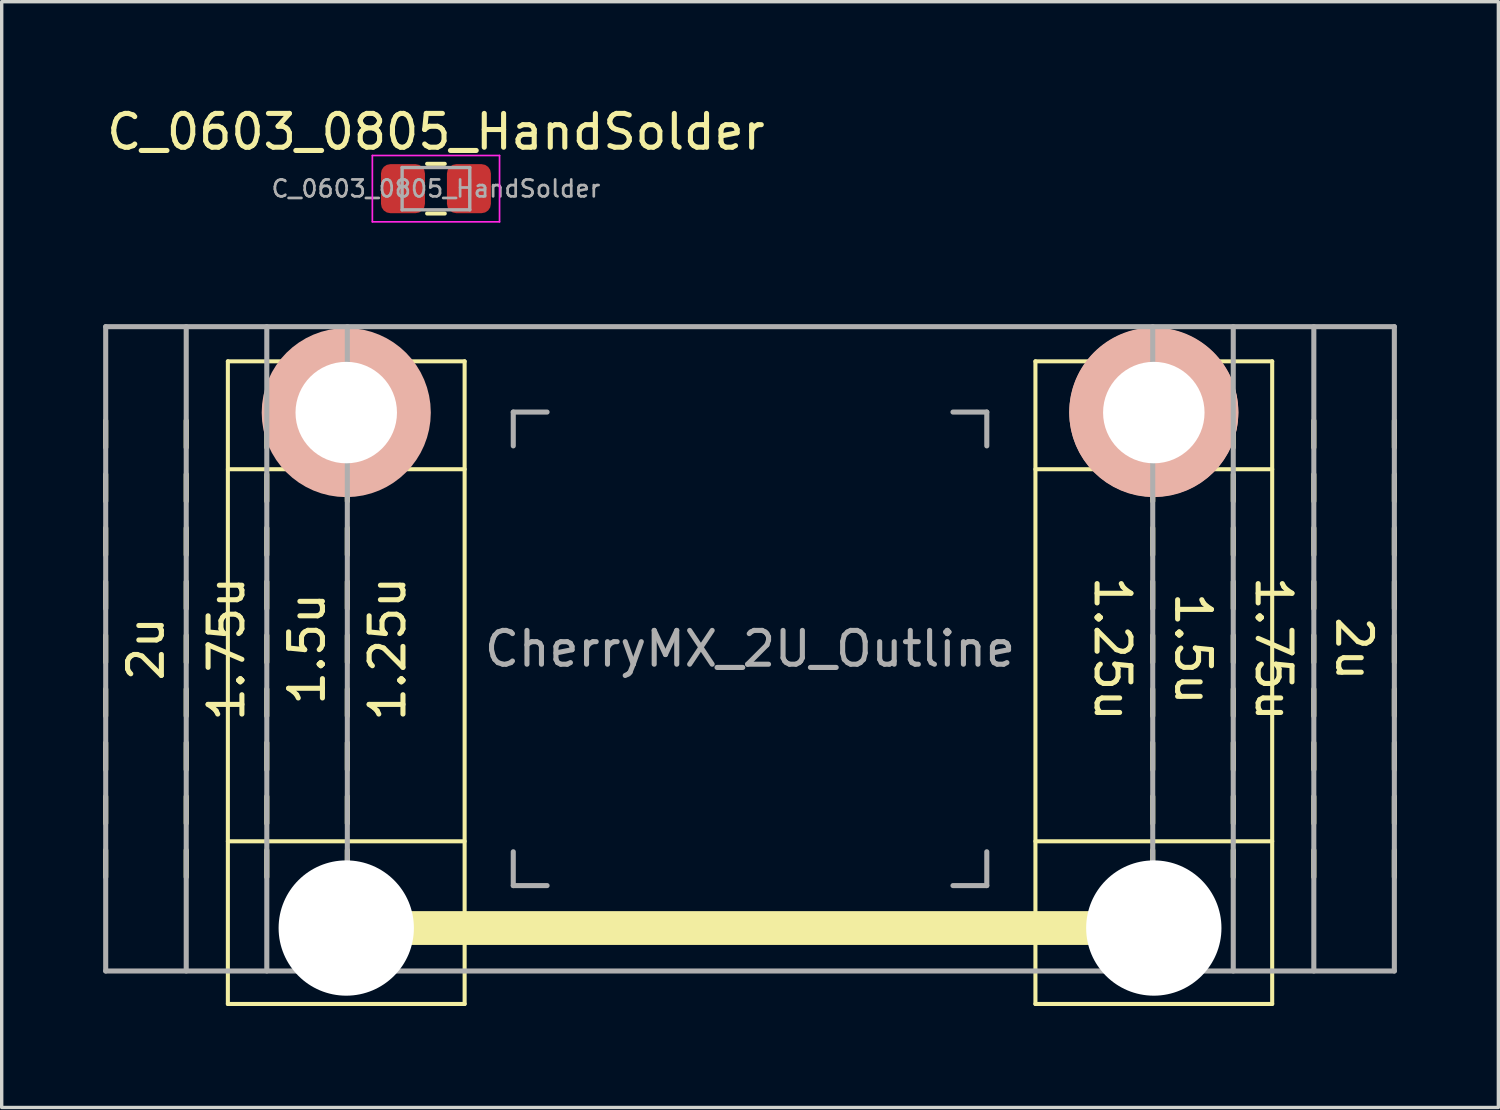
<source format=kicad_pcb>
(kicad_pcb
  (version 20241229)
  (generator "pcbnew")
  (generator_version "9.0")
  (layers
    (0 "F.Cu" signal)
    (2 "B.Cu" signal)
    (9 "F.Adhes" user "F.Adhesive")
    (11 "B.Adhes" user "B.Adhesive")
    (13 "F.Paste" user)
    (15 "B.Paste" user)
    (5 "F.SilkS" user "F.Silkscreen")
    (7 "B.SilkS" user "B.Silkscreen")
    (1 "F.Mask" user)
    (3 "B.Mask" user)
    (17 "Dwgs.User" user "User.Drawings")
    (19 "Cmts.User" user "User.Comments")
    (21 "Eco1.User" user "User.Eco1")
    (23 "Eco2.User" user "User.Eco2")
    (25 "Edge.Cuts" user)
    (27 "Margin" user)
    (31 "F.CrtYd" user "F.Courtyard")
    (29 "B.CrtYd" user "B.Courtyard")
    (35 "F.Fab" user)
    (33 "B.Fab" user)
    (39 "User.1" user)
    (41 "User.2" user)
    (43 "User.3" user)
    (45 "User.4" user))
  (footprint "CherryMX_2U_Outline"
    (layer "F.Cu")
    (at 19.125 16.133)
    (property "Reference" "CherryMX_2U_Outline" (at 0 0 0) (layer "F.Fab") (effects (font (size 1 1) (thickness 0.15))))
    (attr through_hole)
    (fp_line (start -19.05 -5.953) (end -19.05 -6.747) (stroke (width 0.15) (type solid)) (layer "F.SilkS"))
    (fp_line (start -19.05 -4.366) (end -19.05 -5.159) (stroke (width 0.15) (type solid)) (layer "F.SilkS"))
    (fp_line (start -19.05 -2.778) (end -19.05 -3.572) (stroke (width 0.15) (type solid)) (layer "F.SilkS"))
    (fp_line (start -19.05 -1.191) (end -19.05 -1.984) (stroke (width 0.15) (type solid)) (layer "F.SilkS"))
    (fp_line (start -19.05 -0.397) (end -19.05 0.397) (stroke (width 0.15) (type solid)) (layer "F.SilkS"))
    (fp_line (start -19.05 1.191) (end -19.05 1.984) (stroke (width 0.15) (type solid)) (layer "F.SilkS"))
    (fp_line (start -19.05 2.778) (end -19.05 3.572) (stroke (width 0.15) (type solid)) (layer "F.SilkS"))
    (fp_line (start -19.05 4.366) (end -19.05 5.159) (stroke (width 0.15) (type solid)) (layer "F.SilkS"))
    (fp_line (start -19.05 5.953) (end -19.05 6.747) (stroke (width 0.15) (type solid)) (layer "F.SilkS"))
    (fp_line (start -16.669 -5.953) (end -16.669 -6.747) (stroke (width 0.15) (type solid)) (layer "F.SilkS"))
    (fp_line (start -16.669 -4.366) (end -16.669 -5.159) (stroke (width 0.15) (type solid)) (layer "F.SilkS"))
    (fp_line (start -16.669 -2.778) (end -16.669 -3.572) (stroke (width 0.15) (type solid)) (layer "F.SilkS"))
    (fp_line (start -16.669 -1.191) (end -16.669 -1.984) (stroke (width 0.15) (type solid)) (layer "F.SilkS"))
    (fp_line (start -16.669 -0.397) (end -16.669 0.397) (stroke (width 0.15) (type solid)) (layer "F.SilkS"))
    (fp_line (start -16.669 1.191) (end -16.669 1.984) (stroke (width 0.15) (type solid)) (layer "F.SilkS"))
    (fp_line (start -16.669 2.778) (end -16.669 3.572) (stroke (width 0.15) (type solid)) (layer "F.SilkS"))
    (fp_line (start -16.669 4.366) (end -16.669 5.159) (stroke (width 0.15) (type solid)) (layer "F.SilkS"))
    (fp_line (start -16.669 5.953) (end -16.669 6.747) (stroke (width 0.15) (type solid)) (layer "F.SilkS"))
    (fp_line (start -15.438 -8.5) (end -8.438 -8.5) (stroke (width 0.12) (type solid)) (layer "F.SilkS"))
    (fp_line (start -15.438 -5.31) (end -8.438 -5.31) (stroke (width 0.12) (type solid)) (layer "F.SilkS"))
    (fp_line (start -15.438 5.69) (end -8.438 5.69) (stroke (width 0.12) (type solid)) (layer "F.SilkS"))
    (fp_line (start -15.438 10.5) (end -15.438 -8.5) (stroke (width 0.12) (type solid)) (layer "F.SilkS"))
    (fp_line (start -14.287 -5.953) (end -14.287 -6.747) (stroke (width 0.15) (type solid)) (layer "F.SilkS"))
    (fp_line (start -14.287 -4.366) (end -14.287 -5.159) (stroke (width 0.15) (type solid)) (layer "F.SilkS"))
    (fp_line (start -14.287 -2.778) (end -14.287 -3.572) (stroke (width 0.15) (type solid)) (layer "F.SilkS"))
    (fp_line (start -14.287 -1.191) (end -14.287 -1.984) (stroke (width 0.15) (type solid)) (layer "F.SilkS"))
    (fp_line (start -14.287 -0.397) (end -14.287 0.397) (stroke (width 0.15) (type solid)) (layer "F.SilkS"))
    (fp_line (start -14.287 1.191) (end -14.287 1.984) (stroke (width 0.15) (type solid)) (layer "F.SilkS"))
    (fp_line (start -14.287 2.778) (end -14.287 3.572) (stroke (width 0.15) (type solid)) (layer "F.SilkS"))
    (fp_line (start -14.287 4.366) (end -14.287 5.159) (stroke (width 0.15) (type solid)) (layer "F.SilkS"))
    (fp_line (start -14.287 5.953) (end -14.287 6.747) (stroke (width 0.15) (type solid)) (layer "F.SilkS"))
    (fp_line (start -11.938 8.255) (end 11.938 8.255) (stroke (width 1) (type solid)) (layer "F.SilkS"))
    (fp_line (start -11.906 -5.953) (end -11.906 -6.747) (stroke (width 0.15) (type solid)) (layer "F.SilkS"))
    (fp_line (start -11.906 -4.366) (end -11.906 -5.159) (stroke (width 0.15) (type solid)) (layer "F.SilkS"))
    (fp_line (start -11.906 -2.778) (end -11.906 -3.572) (stroke (width 0.15) (type solid)) (layer "F.SilkS"))
    (fp_line (start -11.906 -1.191) (end -11.906 -1.984) (stroke (width 0.15) (type solid)) (layer "F.SilkS"))
    (fp_line (start -11.906 -0.397) (end -11.906 0.397) (stroke (width 0.15) (type solid)) (layer "F.SilkS"))
    (fp_line (start -11.906 1.191) (end -11.906 1.984) (stroke (width 0.15) (type solid)) (layer "F.SilkS"))
    (fp_line (start -11.906 2.778) (end -11.906 3.572) (stroke (width 0.15) (type solid)) (layer "F.SilkS"))
    (fp_line (start -11.906 4.366) (end -11.906 5.159) (stroke (width 0.15) (type solid)) (layer "F.SilkS"))
    (fp_line (start -11.906 5.953) (end -11.906 6.747) (stroke (width 0.15) (type solid)) (layer "F.SilkS"))
    (fp_line (start -8.438 -8.5) (end -8.438 10.5) (stroke (width 0.12) (type solid)) (layer "F.SilkS"))
    (fp_line (start -8.438 10.5) (end -15.438 10.5) (stroke (width 0.12) (type solid)) (layer "F.SilkS"))
    (fp_line (start 8.438 -8.5) (end 15.438 -8.5) (stroke (width 0.12) (type solid)) (layer "F.SilkS"))
    (fp_line (start 8.438 -5.31) (end 15.438 -5.31) (stroke (width 0.12) (type solid)) (layer "F.SilkS"))
    (fp_line (start 8.438 5.69) (end 15.438 5.69) (stroke (width 0.12) (type solid)) (layer "F.SilkS"))
    (fp_line (start 8.438 10.5) (end 8.438 -8.5) (stroke (width 0.12) (type solid)) (layer "F.SilkS"))
    (fp_line (start 11.906 -5.953) (end 11.906 -6.747) (stroke (width 0.15) (type solid)) (layer "F.SilkS"))
    (fp_line (start 11.906 -4.366) (end 11.906 -5.159) (stroke (width 0.15) (type solid)) (layer "F.SilkS"))
    (fp_line (start 11.906 -2.778) (end 11.906 -3.572) (stroke (width 0.15) (type solid)) (layer "F.SilkS"))
    (fp_line (start 11.906 -1.191) (end 11.906 -1.984) (stroke (width 0.15) (type solid)) (layer "F.SilkS"))
    (fp_line (start 11.906 -0.397) (end 11.906 0.397) (stroke (width 0.15) (type solid)) (layer "F.SilkS"))
    (fp_line (start 11.906 1.191) (end 11.906 1.984) (stroke (width 0.15) (type solid)) (layer "F.SilkS"))
    (fp_line (start 11.906 2.778) (end 11.906 3.572) (stroke (width 0.15) (type solid)) (layer "F.SilkS"))
    (fp_line (start 11.906 4.366) (end 11.906 5.159) (stroke (width 0.15) (type solid)) (layer "F.SilkS"))
    (fp_line (start 11.906 5.953) (end 11.906 6.747) (stroke (width 0.15) (type solid)) (layer "F.SilkS"))
    (fp_line (start 14.287 -5.953) (end 14.287 -6.747) (stroke (width 0.15) (type solid)) (layer "F.SilkS"))
    (fp_line (start 14.287 -4.366) (end 14.287 -5.159) (stroke (width 0.15) (type solid)) (layer "F.SilkS"))
    (fp_line (start 14.287 -2.778) (end 14.287 -3.572) (stroke (width 0.15) (type solid)) (layer "F.SilkS"))
    (fp_line (start 14.287 -1.191) (end 14.287 -1.984) (stroke (width 0.15) (type solid)) (layer "F.SilkS"))
    (fp_line (start 14.287 -0.397) (end 14.287 0.397) (stroke (width 0.15) (type solid)) (layer "F.SilkS"))
    (fp_line (start 14.287 1.191) (end 14.287 1.984) (stroke (width 0.15) (type solid)) (layer "F.SilkS"))
    (fp_line (start 14.287 2.778) (end 14.287 3.572) (stroke (width 0.15) (type solid)) (layer "F.SilkS"))
    (fp_line (start 14.287 4.366) (end 14.287 5.159) (stroke (width 0.15) (type solid)) (layer "F.SilkS"))
    (fp_line (start 14.287 5.953) (end 14.287 6.747) (stroke (width 0.15) (type solid)) (layer "F.SilkS"))
    (fp_line (start 15.438 -8.5) (end 15.438 10.5) (stroke (width 0.12) (type solid)) (layer "F.SilkS"))
    (fp_line (start 15.438 10.5) (end 8.438 10.5) (stroke (width 0.12) (type solid)) (layer "F.SilkS"))
    (fp_line (start 16.669 -5.953) (end 16.669 -6.747) (stroke (width 0.15) (type solid)) (layer "F.SilkS"))
    (fp_line (start 16.669 -4.366) (end 16.669 -5.159) (stroke (width 0.15) (type solid)) (layer "F.SilkS"))
    (fp_line (start 16.669 -2.778) (end 16.669 -3.572) (stroke (width 0.15) (type solid)) (layer "F.SilkS"))
    (fp_line (start 16.669 -1.191) (end 16.669 -1.984) (stroke (width 0.15) (type solid)) (layer "F.SilkS"))
    (fp_line (start 16.669 -0.397) (end 16.669 0.397) (stroke (width 0.15) (type solid)) (layer "F.SilkS"))
    (fp_line (start 16.669 1.191) (end 16.669 1.984) (stroke (width 0.15) (type solid)) (layer "F.SilkS"))
    (fp_line (start 16.669 2.778) (end 16.669 3.572) (stroke (width 0.15) (type solid)) (layer "F.SilkS"))
    (fp_line (start 16.669 4.366) (end 16.669 5.159) (stroke (width 0.15) (type solid)) (layer "F.SilkS"))
    (fp_line (start 16.669 5.953) (end 16.669 6.747) (stroke (width 0.15) (type solid)) (layer "F.SilkS"))
    (fp_line (start 19.05 -5.953) (end 19.05 -6.747) (stroke (width 0.15) (type solid)) (layer "F.SilkS"))
    (fp_line (start 19.05 -4.366) (end 19.05 -5.159) (stroke (width 0.15) (type solid)) (layer "F.SilkS"))
    (fp_line (start 19.05 -2.778) (end 19.05 -3.572) (stroke (width 0.15) (type solid)) (layer "F.SilkS"))
    (fp_line (start 19.05 -1.191) (end 19.05 -1.984) (stroke (width 0.15) (type solid)) (layer "F.SilkS"))
    (fp_line (start 19.05 -0.397) (end 19.05 0.397) (stroke (width 0.15) (type solid)) (layer "F.SilkS"))
    (fp_line (start 19.05 1.191) (end 19.05 1.984) (stroke (width 0.15) (type solid)) (layer "F.SilkS"))
    (fp_line (start 19.05 2.778) (end 19.05 3.572) (stroke (width 0.15) (type solid)) (layer "F.SilkS"))
    (fp_line (start 19.05 4.366) (end 19.05 5.159) (stroke (width 0.15) (type solid)) (layer "F.SilkS"))
    (fp_line (start 19.05 5.953) (end 19.05 6.747) (stroke (width 0.15) (type solid)) (layer "F.SilkS"))
    (fp_circle (center -11.938 -6.985) (end -10.688 -6.985) (stroke (width 2.5) (type solid)) (fill no) (layer "B.SilkS"))
    (fp_circle (center 11.938 -6.985) (end 13.188 -6.985) (stroke (width 2.5) (type solid)) (fill no) (layer "B.SilkS"))
    (fp_line (start -19.05 -9.525) (end -19.05 9.525) (stroke (width 0.15) (type solid)) (layer "F.Fab"))
    (fp_line (start -19.05 -9.525) (end 19.05 -9.525) (stroke (width 0.15) (type solid)) (layer "F.Fab"))
    (fp_line (start -19.05 9.525) (end 19.05 9.525) (stroke (width 0.15) (type solid)) (layer "F.Fab"))
    (fp_line (start -16.669 -9.525) (end -16.669 9.525) (stroke (width 0.15) (type solid)) (layer "F.Fab"))
    (fp_line (start -14.287 -9.525) (end -14.287 9.525) (stroke (width 0.15) (type solid)) (layer "F.Fab"))
    (fp_line (start -11.906 -9.525) (end -11.906 9.525) (stroke (width 0.15) (type solid)) (layer "F.Fab"))
    (fp_line (start -7 -7) (end -7 -6) (stroke (width 0.15) (type solid)) (layer "F.Fab"))
    (fp_line (start -7 6) (end -7 7) (stroke (width 0.15) (type solid)) (layer "F.Fab"))
    (fp_line (start -7 7) (end -6 7) (stroke (width 0.15) (type solid)) (layer "F.Fab"))
    (fp_line (start -6 -7) (end -7 -7) (stroke (width 0.15) (type solid)) (layer "F.Fab"))
    (fp_line (start 6 -7) (end 7 -7) (stroke (width 0.15) (type solid)) (layer "F.Fab"))
    (fp_line (start 6 7) (end 7 7) (stroke (width 0.15) (type solid)) (layer "F.Fab"))
    (fp_line (start 7 -7) (end 7 -6) (stroke (width 0.15) (type solid)) (layer "F.Fab"))
    (fp_line (start 7 7) (end 7 6) (stroke (width 0.15) (type solid)) (layer "F.Fab"))
    (fp_line (start 11.906 -9.525) (end 11.906 9.525) (stroke (width 0.15) (type solid)) (layer "F.Fab"))
    (fp_line (start 14.287 -9.525) (end 14.287 9.525) (stroke (width 0.15) (type solid)) (layer "F.Fab"))
    (fp_line (start 16.669 -9.525) (end 16.669 9.525) (stroke (width 0.15) (type solid)) (layer "F.Fab"))
    (fp_line (start 19.05 -9.525) (end 19.05 9.525) (stroke (width 0.15) (type solid)) (layer "F.Fab"))
    (fp_text user "2u" (at -17.859 0 90) (unlocked yes) (layer "F.SilkS") (effects (font (size 1 1) (thickness 0.15))))
    (fp_text user "1.5u" (at -13.097 0 90) (unlocked yes) (layer "F.SilkS") (effects (font (size 1 1) (thickness 0.15))))
    (fp_text user "2u" (at 17.859 0 270) (unlocked yes) (layer "F.SilkS") (effects (font (size 1 1) (thickness 0.15))))
    (fp_text user "1.25u" (at 10.716 0 270) (unlocked yes) (layer "F.SilkS") (effects (font (size 1 1) (thickness 0.15))))
    (fp_text user "1.75u" (at -15.478 0 90) (unlocked yes) (layer "F.SilkS") (effects (font (size 1 1) (thickness 0.15))))
    (fp_text user "1.25u" (at -10.716 0 90) (unlocked yes) (layer "F.SilkS") (effects (font (size 1 1) (thickness 0.15))))
    (fp_text user "1.5u" (at 13.097 0 270) (unlocked yes) (layer "F.SilkS") (effects (font (size 1 1) (thickness 0.15))))
    (fp_text user "1.75u" (at 15.478 0 270) (unlocked yes) (layer "F.SilkS") (effects (font (size 1 1) (thickness 0.15))))
    (pad "" np_thru_hole circle (at -11.938 -6.985) (size 3 3) (drill 3) (layers "*.Cu" "*.Mask"))
    (pad "" np_thru_hole circle (at -11.938 8.255) (size 4 4) (drill 4) (layers "*.Cu" "*.Mask"))
    (pad "" smd circle (at 11.938 -7) (size 5 5) (layers "B.SilkS"))
    (pad "" np_thru_hole circle (at 11.938 -6.985) (size 3 3) (drill 3) (layers "*.Cu" "*.Mask"))
    (pad "" np_thru_hole circle (at 11.938 8.255) (size 4 4) (drill 4) (layers "*.Cu" "*.Mask")))
  (footprint "C_0603_0805_HandSolder"
    (layer "F.Cu")
    (at 9.839 2.528)
    (property "Reference" "C_0603_0805_HandSolder" (at 0 -1.68 0) (layer "F.SilkS") (effects (font (size 1 1) (thickness 0.15))))
    (attr smd)
    (fp_line (start -0.261 -0.735) (end 0.261 -0.735) (stroke (width 0.12) (type solid)) (layer "F.SilkS"))
    (fp_line (start -0.261 0.735) (end 0.261 0.735) (stroke (width 0.12) (type solid)) (layer "F.SilkS"))
    (fp_line (start -1.88 -0.98) (end 1.88 -0.98) (stroke (width 0.05) (type solid)) (layer "F.CrtYd"))
    (fp_line (start -1.88 0.98) (end -1.88 -0.98) (stroke (width 0.05) (type solid)) (layer "F.CrtYd"))
    (fp_line (start 1.88 -0.98) (end 1.88 0.98) (stroke (width 0.05) (type solid)) (layer "F.CrtYd"))
    (fp_line (start 1.88 0.98) (end -1.88 0.98) (stroke (width 0.05) (type solid)) (layer "F.CrtYd"))
    (fp_line (start -1 -0.625) (end 1 -0.625) (stroke (width 0.1) (type solid)) (layer "F.Fab"))
    (fp_line (start -1 0.625) (end -1 -0.625) (stroke (width 0.1) (type solid)) (layer "F.Fab"))
    (fp_line (start 1 -0.625) (end 1 0.625) (stroke (width 0.1) (type solid)) (layer "F.Fab"))
    (fp_line (start 1 0.625) (end -1 0.625) (stroke (width 0.1) (type solid)) (layer "F.Fab"))
    (fp_text user "${REFERENCE}" (at 0 0 0) (layer "F.Fab") (effects (font (size 0.5 0.5) (thickness 0.08))))
    (pad "1" smd roundrect (at -0.975 0) (size 1.3 1.45) (layers "F.Cu" "F.Mask" "F.Paste") (roundrect_rratio 0.213))
    (pad "2" smd roundrect (at 0.975 0) (size 1.3 1.45) (layers "F.Cu" "F.Mask" "F.Paste") (roundrect_rratio 0.213)))
  (gr_rect
    (start -3 -3)
    (end 41.25 29.693)
    (stroke (width 0.1) (type default))
    (fill no)
    (layer "Edge.Cuts")))
</source>
